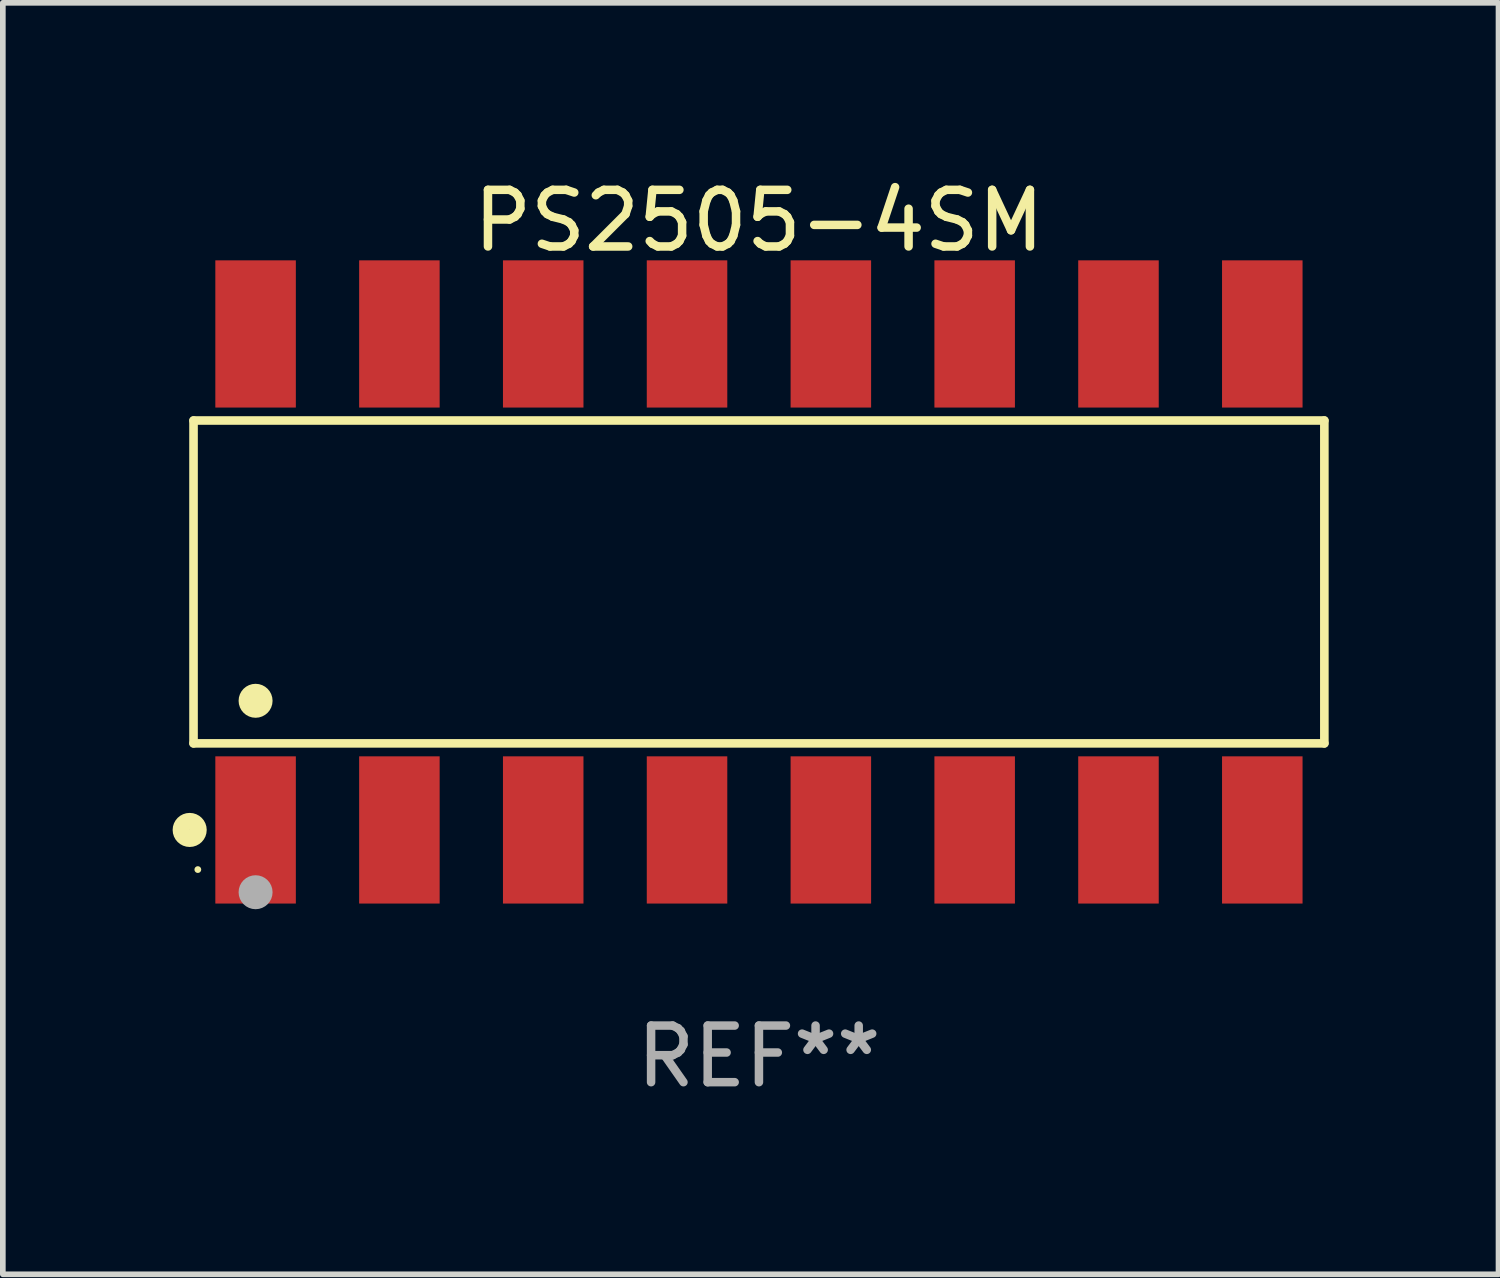
<source format=kicad_pcb>
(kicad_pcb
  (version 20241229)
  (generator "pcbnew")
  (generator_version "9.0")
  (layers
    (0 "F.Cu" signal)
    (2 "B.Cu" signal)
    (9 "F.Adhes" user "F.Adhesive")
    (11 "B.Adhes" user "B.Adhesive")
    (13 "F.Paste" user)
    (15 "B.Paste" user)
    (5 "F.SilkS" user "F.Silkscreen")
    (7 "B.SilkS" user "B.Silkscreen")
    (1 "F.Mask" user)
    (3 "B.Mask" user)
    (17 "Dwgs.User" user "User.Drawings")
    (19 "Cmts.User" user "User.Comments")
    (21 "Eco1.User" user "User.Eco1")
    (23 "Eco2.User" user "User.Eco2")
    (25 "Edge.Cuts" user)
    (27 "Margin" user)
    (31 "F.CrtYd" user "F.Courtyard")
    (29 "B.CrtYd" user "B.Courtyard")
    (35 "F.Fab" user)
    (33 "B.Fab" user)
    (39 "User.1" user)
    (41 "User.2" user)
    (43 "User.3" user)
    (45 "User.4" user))
  (footprint "PS2505-4SM"
    (layer "F.Cu")
    (at 10.354 7.228)
    (property "Reference" "PS2505-4SM" (at 0 -6.38 0) (layer "F.SilkS") (effects (font (size 1 1) (thickness 0.15))))
    (attr through_hole)
    (fp_line (start -9.986 -2.851) (end 9.986 -2.851) (stroke (width 0.152) (type solid)) (layer "F.SilkS"))
    (fp_line (start -9.986 2.851) (end -9.986 -2.851) (stroke (width 0.152) (type solid)) (layer "F.SilkS"))
    (fp_line (start 9.986 -2.851) (end 9.986 2.851) (stroke (width 0.152) (type solid)) (layer "F.SilkS"))
    (fp_line (start 9.986 2.851) (end -9.986 2.851) (stroke (width 0.152) (type solid)) (layer "F.SilkS"))
    (fp_circle (center -10.054 4.38) (end -9.903 4.38) (stroke (width 0.3) (type solid)) (fill no) (layer "F.SilkS"))
    (fp_circle (center -9.91 5.08) (end -9.88 5.08) (stroke (width 0.06) (type solid)) (fill no) (layer "F.SilkS"))
    (fp_circle (center -8.89 2.099) (end -8.74 2.099) (stroke (width 0.3) (type solid)) (fill no) (layer "F.SilkS"))
    (fp_circle (center -8.89 5.48) (end -8.74 5.48) (stroke (width 0.3) (type solid)) (fill no) (layer "F.Fab"))
    (fp_text user "REF**" (at 0 8.38 0) (layer "F.Fab") (effects (font (size 1 1) (thickness 0.15))))
    (pad "1" smd rect (at -8.89 4.38) (size 1.422 2.6) (layers "F.Cu" "F.Mask" "F.Paste"))
    (pad "2" smd rect (at -6.35 4.38) (size 1.422 2.6) (layers "F.Cu" "F.Mask" "F.Paste"))
    (pad "3" smd rect (at -3.81 4.38) (size 1.422 2.6) (layers "F.Cu" "F.Mask" "F.Paste"))
    (pad "4" smd rect (at -1.27 4.38) (size 1.422 2.6) (layers "F.Cu" "F.Mask" "F.Paste"))
    (pad "5" smd rect (at 1.27 4.38) (size 1.422 2.6) (layers "F.Cu" "F.Mask" "F.Paste"))
    (pad "6" smd rect (at 3.81 4.38) (size 1.422 2.6) (layers "F.Cu" "F.Mask" "F.Paste"))
    (pad "7" smd rect (at 6.35 4.38) (size 1.422 2.6) (layers "F.Cu" "F.Mask" "F.Paste"))
    (pad "8" smd rect (at 8.89 4.38) (size 1.422 2.6) (layers "F.Cu" "F.Mask" "F.Paste"))
    (pad "9" smd rect (at 8.89 -4.38) (size 1.422 2.6) (layers "F.Cu" "F.Mask" "F.Paste"))
    (pad "10" smd rect (at 6.35 -4.38) (size 1.422 2.6) (layers "F.Cu" "F.Mask" "F.Paste"))
    (pad "11" smd rect (at 3.81 -4.38) (size 1.422 2.6) (layers "F.Cu" "F.Mask" "F.Paste"))
    (pad "12" smd rect (at 1.27 -4.38) (size 1.422 2.6) (layers "F.Cu" "F.Mask" "F.Paste"))
    (pad "13" smd rect (at -1.27 -4.38) (size 1.422 2.6) (layers "F.Cu" "F.Mask" "F.Paste"))
    (pad "14" smd rect (at -3.81 -4.38) (size 1.422 2.6) (layers "F.Cu" "F.Mask" "F.Paste"))
    (pad "15" smd rect (at -6.35 -4.38) (size 1.422 2.6) (layers "F.Cu" "F.Mask" "F.Paste"))
    (pad "16" smd rect (at -8.89 -4.38) (size 1.422 2.6) (layers "F.Cu" "F.Mask" "F.Paste")))
  (gr_rect
    (start -3 -3)
    (end 23.416 19.456)
    (stroke (width 0.1) (type default))
    (fill no)
    (layer "Edge.Cuts")))
</source>
